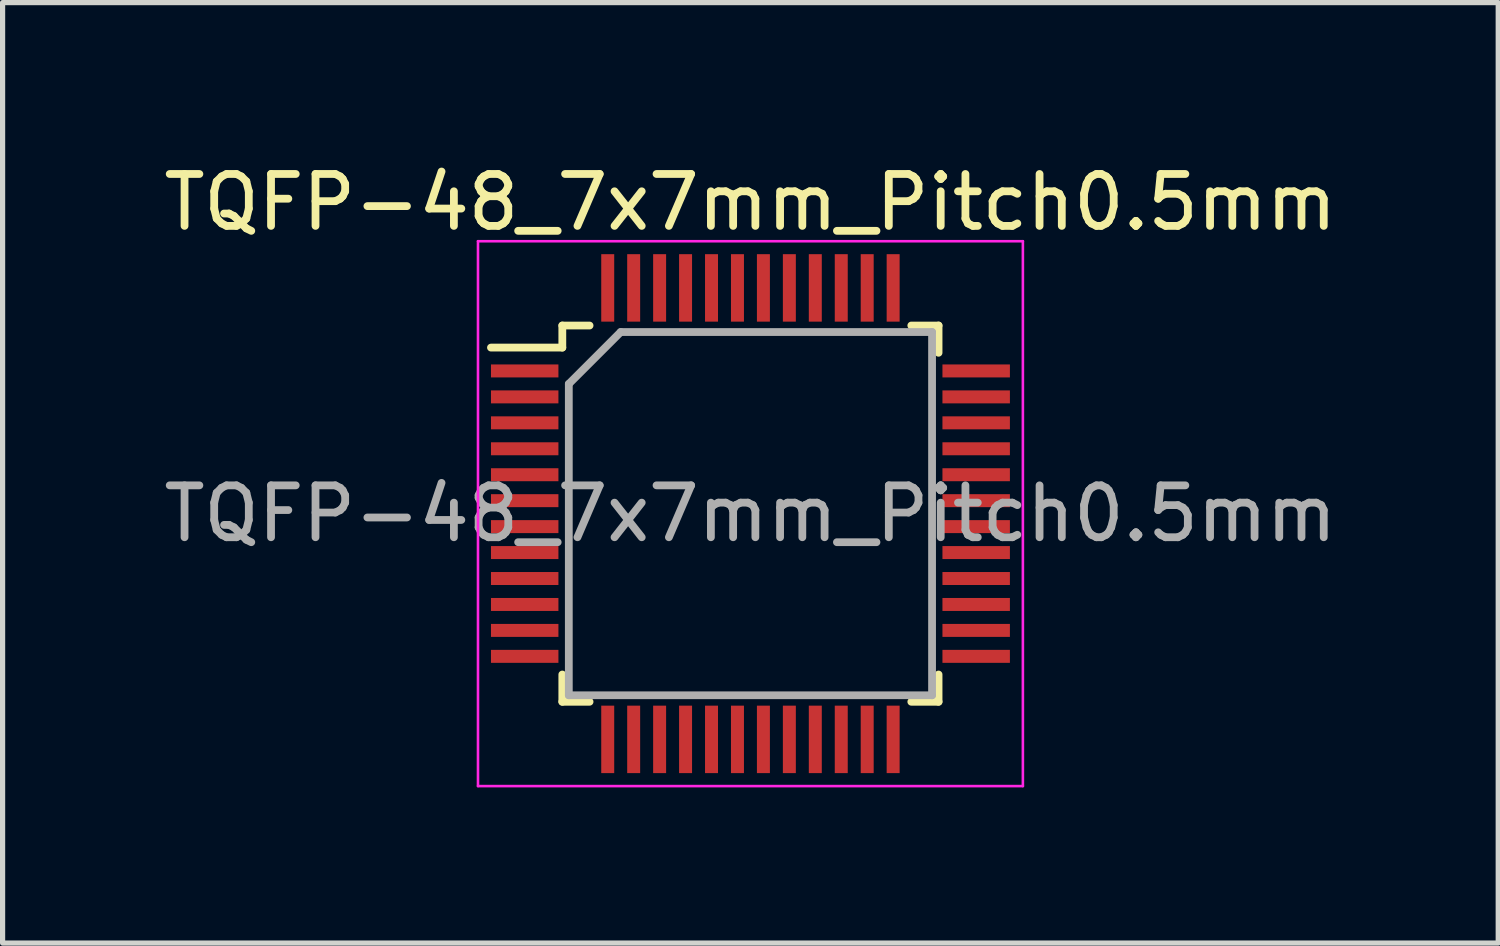
<source format=kicad_pcb>
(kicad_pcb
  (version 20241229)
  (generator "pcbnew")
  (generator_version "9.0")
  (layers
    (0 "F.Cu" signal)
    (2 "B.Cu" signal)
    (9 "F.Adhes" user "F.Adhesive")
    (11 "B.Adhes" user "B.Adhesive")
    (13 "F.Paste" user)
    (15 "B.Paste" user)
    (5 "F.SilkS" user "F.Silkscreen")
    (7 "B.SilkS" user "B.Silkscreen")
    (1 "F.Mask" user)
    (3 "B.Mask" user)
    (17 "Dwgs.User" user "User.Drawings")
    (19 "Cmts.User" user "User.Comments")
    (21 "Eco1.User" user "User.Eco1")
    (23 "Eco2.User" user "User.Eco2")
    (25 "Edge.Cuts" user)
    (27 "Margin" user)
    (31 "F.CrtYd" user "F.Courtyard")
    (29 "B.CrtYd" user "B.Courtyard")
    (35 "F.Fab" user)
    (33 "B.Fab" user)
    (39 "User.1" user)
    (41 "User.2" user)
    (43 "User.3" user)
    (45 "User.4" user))
  (footprint "TQFP-48_7x7mm_Pitch0.5mm"
    (layer "F.Cu")
    (at 11.411 6.848)
    (property "Reference" "TQFP-48_7x7mm_Pitch0.5mm" (at 0 -6 0) (layer "F.SilkS") (effects (font (size 1 1) (thickness 0.15))))
    (attr smd)
    (fp_line (start -3.625 -3.625) (end -3.625 -3.2) (stroke (width 0.15) (type solid)) (layer "F.SilkS"))
    (fp_line (start -3.625 -3.625) (end -3.1 -3.625) (stroke (width 0.15) (type solid)) (layer "F.SilkS"))
    (fp_line (start -3.625 -3.2) (end -5 -3.2) (stroke (width 0.15) (type solid)) (layer "F.SilkS"))
    (fp_line (start -3.625 3.625) (end -3.625 3.1) (stroke (width 0.15) (type solid)) (layer "F.SilkS"))
    (fp_line (start -3.625 3.625) (end -3.1 3.625) (stroke (width 0.15) (type solid)) (layer "F.SilkS"))
    (fp_line (start 3.625 -3.625) (end 3.1 -3.625) (stroke (width 0.15) (type solid)) (layer "F.SilkS"))
    (fp_line (start 3.625 -3.625) (end 3.625 -3.1) (stroke (width 0.15) (type solid)) (layer "F.SilkS"))
    (fp_line (start 3.625 3.625) (end 3.1 3.625) (stroke (width 0.15) (type solid)) (layer "F.SilkS"))
    (fp_line (start 3.625 3.625) (end 3.625 3.1) (stroke (width 0.15) (type solid)) (layer "F.SilkS"))
    (fp_line (start -5.25 -5.25) (end -5.25 5.25) (stroke (width 0.05) (type solid)) (layer "F.CrtYd"))
    (fp_line (start -5.25 -5.25) (end 5.25 -5.25) (stroke (width 0.05) (type solid)) (layer "F.CrtYd"))
    (fp_line (start -5.25 5.25) (end 5.25 5.25) (stroke (width 0.05) (type solid)) (layer "F.CrtYd"))
    (fp_line (start 5.25 -5.25) (end 5.25 5.25) (stroke (width 0.05) (type solid)) (layer "F.CrtYd"))
    (fp_line (start -3.5 -2.5) (end -2.5 -3.5) (stroke (width 0.15) (type solid)) (layer "F.Fab"))
    (fp_line (start -3.5 3.5) (end -3.5 -2.5) (stroke (width 0.15) (type solid)) (layer "F.Fab"))
    (fp_line (start -2.5 -3.5) (end 3.5 -3.5) (stroke (width 0.15) (type solid)) (layer "F.Fab"))
    (fp_line (start 3.5 -3.5) (end 3.5 3.5) (stroke (width 0.15) (type solid)) (layer "F.Fab"))
    (fp_line (start 3.5 3.5) (end -3.5 3.5) (stroke (width 0.15) (type solid)) (layer "F.Fab"))
    (fp_text user "${REFERENCE}" (at 0 0 0) (layer "F.Fab") (effects (font (size 1 1) (thickness 0.15))))
    (pad "1" smd rect (at -4.35 -2.75) (size 1.3 0.25) (layers "F.Cu" "F.Mask" "F.Paste"))
    (pad "2" smd rect (at -4.35 -2.25) (size 1.3 0.25) (layers "F.Cu" "F.Mask" "F.Paste"))
    (pad "3" smd rect (at -4.35 -1.75) (size 1.3 0.25) (layers "F.Cu" "F.Mask" "F.Paste"))
    (pad "4" smd rect (at -4.35 -1.25) (size 1.3 0.25) (layers "F.Cu" "F.Mask" "F.Paste"))
    (pad "5" smd rect (at -4.35 -0.75) (size 1.3 0.25) (layers "F.Cu" "F.Mask" "F.Paste"))
    (pad "6" smd rect (at -4.35 -0.25) (size 1.3 0.25) (layers "F.Cu" "F.Mask" "F.Paste"))
    (pad "7" smd rect (at -4.35 0.25) (size 1.3 0.25) (layers "F.Cu" "F.Mask" "F.Paste"))
    (pad "8" smd rect (at -4.35 0.75) (size 1.3 0.25) (layers "F.Cu" "F.Mask" "F.Paste"))
    (pad "9" smd rect (at -4.35 1.25) (size 1.3 0.25) (layers "F.Cu" "F.Mask" "F.Paste"))
    (pad "10" smd rect (at -4.35 1.75) (size 1.3 0.25) (layers "F.Cu" "F.Mask" "F.Paste"))
    (pad "11" smd rect (at -4.35 2.25) (size 1.3 0.25) (layers "F.Cu" "F.Mask" "F.Paste"))
    (pad "12" smd rect (at -4.35 2.75) (size 1.3 0.25) (layers "F.Cu" "F.Mask" "F.Paste"))
    (pad "13" smd rect (at -2.75 4.35 90) (size 1.3 0.25) (layers "F.Cu" "F.Mask" "F.Paste"))
    (pad "14" smd rect (at -2.25 4.35 90) (size 1.3 0.25) (layers "F.Cu" "F.Mask" "F.Paste"))
    (pad "15" smd rect (at -1.75 4.35 90) (size 1.3 0.25) (layers "F.Cu" "F.Mask" "F.Paste"))
    (pad "16" smd rect (at -1.25 4.35 90) (size 1.3 0.25) (layers "F.Cu" "F.Mask" "F.Paste"))
    (pad "17" smd rect (at -0.75 4.35 90) (size 1.3 0.25) (layers "F.Cu" "F.Mask" "F.Paste"))
    (pad "18" smd rect (at -0.25 4.35 90) (size 1.3 0.25) (layers "F.Cu" "F.Mask" "F.Paste"))
    (pad "19" smd rect (at 0.25 4.35 90) (size 1.3 0.25) (layers "F.Cu" "F.Mask" "F.Paste"))
    (pad "20" smd rect (at 0.75 4.35 90) (size 1.3 0.25) (layers "F.Cu" "F.Mask" "F.Paste"))
    (pad "21" smd rect (at 1.25 4.35 90) (size 1.3 0.25) (layers "F.Cu" "F.Mask" "F.Paste"))
    (pad "22" smd rect (at 1.75 4.35 90) (size 1.3 0.25) (layers "F.Cu" "F.Mask" "F.Paste"))
    (pad "23" smd rect (at 2.25 4.35 90) (size 1.3 0.25) (layers "F.Cu" "F.Mask" "F.Paste"))
    (pad "24" smd rect (at 2.75 4.35 90) (size 1.3 0.25) (layers "F.Cu" "F.Mask" "F.Paste"))
    (pad "25" smd rect (at 4.35 2.75) (size 1.3 0.25) (layers "F.Cu" "F.Mask" "F.Paste"))
    (pad "26" smd rect (at 4.35 2.25) (size 1.3 0.25) (layers "F.Cu" "F.Mask" "F.Paste"))
    (pad "27" smd rect (at 4.35 1.75) (size 1.3 0.25) (layers "F.Cu" "F.Mask" "F.Paste"))
    (pad "28" smd rect (at 4.35 1.25) (size 1.3 0.25) (layers "F.Cu" "F.Mask" "F.Paste"))
    (pad "29" smd rect (at 4.35 0.75) (size 1.3 0.25) (layers "F.Cu" "F.Mask" "F.Paste"))
    (pad "30" smd rect (at 4.35 0.25) (size 1.3 0.25) (layers "F.Cu" "F.Mask" "F.Paste"))
    (pad "31" smd rect (at 4.35 -0.25) (size 1.3 0.25) (layers "F.Cu" "F.Mask" "F.Paste"))
    (pad "32" smd rect (at 4.35 -0.75) (size 1.3 0.25) (layers "F.Cu" "F.Mask" "F.Paste"))
    (pad "33" smd rect (at 4.35 -1.25) (size 1.3 0.25) (layers "F.Cu" "F.Mask" "F.Paste"))
    (pad "34" smd rect (at 4.35 -1.75) (size 1.3 0.25) (layers "F.Cu" "F.Mask" "F.Paste"))
    (pad "35" smd rect (at 4.35 -2.25) (size 1.3 0.25) (layers "F.Cu" "F.Mask" "F.Paste"))
    (pad "36" smd rect (at 4.35 -2.75) (size 1.3 0.25) (layers "F.Cu" "F.Mask" "F.Paste"))
    (pad "37" smd rect (at 2.75 -4.35 90) (size 1.3 0.25) (layers "F.Cu" "F.Mask" "F.Paste"))
    (pad "38" smd rect (at 2.25 -4.35 90) (size 1.3 0.25) (layers "F.Cu" "F.Mask" "F.Paste"))
    (pad "39" smd rect (at 1.75 -4.35 90) (size 1.3 0.25) (layers "F.Cu" "F.Mask" "F.Paste"))
    (pad "40" smd rect (at 1.25 -4.35 90) (size 1.3 0.25) (layers "F.Cu" "F.Mask" "F.Paste"))
    (pad "41" smd rect (at 0.75 -4.35 90) (size 1.3 0.25) (layers "F.Cu" "F.Mask" "F.Paste"))
    (pad "42" smd rect (at 0.25 -4.35 90) (size 1.3 0.25) (layers "F.Cu" "F.Mask" "F.Paste"))
    (pad "43" smd rect (at -0.25 -4.35 90) (size 1.3 0.25) (layers "F.Cu" "F.Mask" "F.Paste"))
    (pad "44" smd rect (at -0.75 -4.35 90) (size 1.3 0.25) (layers "F.Cu" "F.Mask" "F.Paste"))
    (pad "45" smd rect (at -1.25 -4.35 90) (size 1.3 0.25) (layers "F.Cu" "F.Mask" "F.Paste"))
    (pad "46" smd rect (at -1.75 -4.35 90) (size 1.3 0.25) (layers "F.Cu" "F.Mask" "F.Paste"))
    (pad "47" smd rect (at -2.25 -4.35 90) (size 1.3 0.25) (layers "F.Cu" "F.Mask" "F.Paste"))
    (pad "48" smd rect (at -2.75 -4.35 90) (size 1.3 0.25) (layers "F.Cu" "F.Mask" "F.Paste")))
  (gr_rect
    (start -3 -3)
    (end 25.821 15.123)
    (stroke (width 0.1) (type default))
    (fill no)
    (layer "Edge.Cuts")))
</source>
